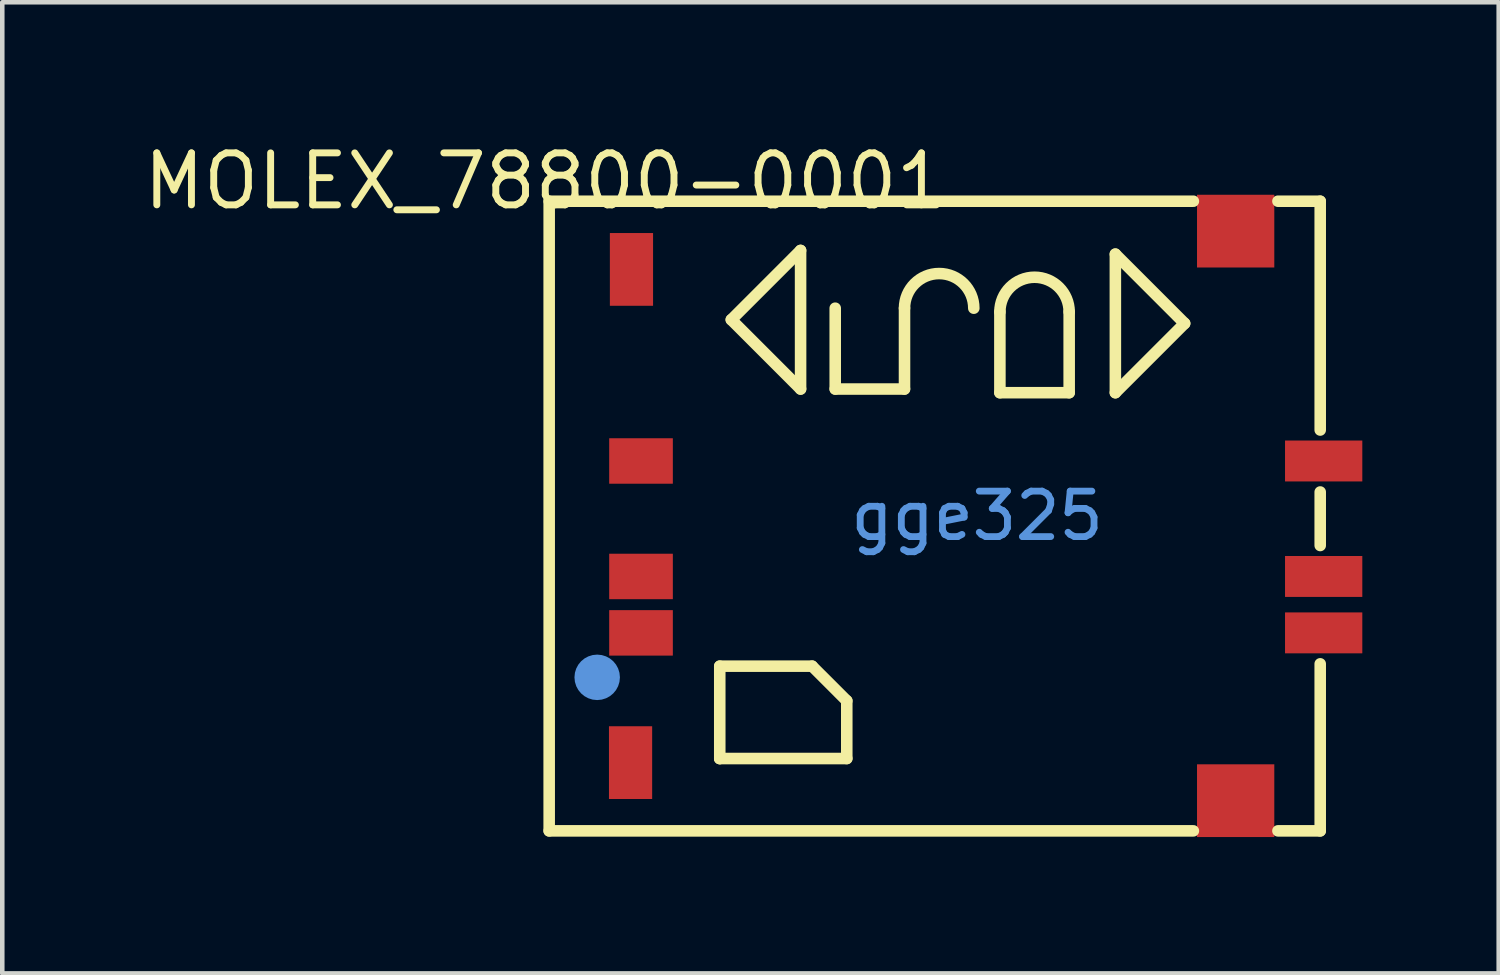
<source format=kicad_pcb>
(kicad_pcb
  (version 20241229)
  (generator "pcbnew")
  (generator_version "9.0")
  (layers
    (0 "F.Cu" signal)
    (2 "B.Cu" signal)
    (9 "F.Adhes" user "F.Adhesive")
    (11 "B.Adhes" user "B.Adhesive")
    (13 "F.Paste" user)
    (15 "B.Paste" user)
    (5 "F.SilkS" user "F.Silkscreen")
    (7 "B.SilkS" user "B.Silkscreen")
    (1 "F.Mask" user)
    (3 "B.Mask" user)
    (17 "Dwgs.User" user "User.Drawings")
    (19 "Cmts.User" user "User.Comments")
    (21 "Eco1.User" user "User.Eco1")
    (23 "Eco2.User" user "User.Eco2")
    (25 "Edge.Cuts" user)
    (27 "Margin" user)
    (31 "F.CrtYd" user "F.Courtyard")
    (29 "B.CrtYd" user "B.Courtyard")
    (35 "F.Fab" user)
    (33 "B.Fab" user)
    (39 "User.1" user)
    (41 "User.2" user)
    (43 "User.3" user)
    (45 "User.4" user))
  (footprint "MOLEX_78800-0001"
    (layer "F.Cu")
    (at 18.443 8.298)
    (property "Reference" "MOLEX_78800-0001" (at -0.581 -7.363 180) (layer "F.SilkS") (effects (font (size 1.143 1.143) (thickness 0.152)) (justify right)))
    (attr smd)
    (fp_line (start -9.413 -6.922) (end 4.757 -6.922) (stroke (width 0.254) (type solid)) (layer "F.SilkS"))
    (fp_line (start -9.413 6.928) (end -9.413 -6.922) (stroke (width 0.254) (type solid)) (layer "F.SilkS"))
    (fp_line (start -9.413 6.928) (end 4.757 6.928) (stroke (width 0.254) (type solid)) (layer "F.SilkS"))
    (fp_line (start -5.661 3.305) (end -3.629 3.305) (stroke (width 0.254) (type solid)) (layer "F.SilkS"))
    (fp_line (start -5.661 5.337) (end -5.661 3.305) (stroke (width 0.254) (type solid)) (layer "F.SilkS"))
    (fp_line (start -5.661 5.337) (end -5.661 5.337) (stroke (width 0.254) (type solid)) (layer "F.SilkS"))
    (fp_line (start -5.407 -4.315) (end -3.883 -5.839) (stroke (width 0.254) (type solid)) (layer "F.SilkS"))
    (fp_line (start -3.883 -5.839) (end -3.883 -2.791) (stroke (width 0.254) (type solid)) (layer "F.SilkS"))
    (fp_line (start -3.883 -2.791) (end -5.407 -4.315) (stroke (width 0.254) (type solid)) (layer "F.SilkS"))
    (fp_line (start -3.629 3.305) (end -2.867 4.067) (stroke (width 0.254) (type solid)) (layer "F.SilkS"))
    (fp_line (start -3.121 -4.569) (end -3.121 -2.791) (stroke (width 0.254) (type solid)) (layer "F.SilkS"))
    (fp_line (start -3.121 -2.791) (end -1.597 -2.791) (stroke (width 0.254) (type solid)) (layer "F.SilkS"))
    (fp_line (start -2.867 4.067) (end -2.867 5.337) (stroke (width 0.254) (type solid)) (layer "F.SilkS"))
    (fp_line (start -2.867 5.337) (end -5.661 5.337) (stroke (width 0.254) (type solid)) (layer "F.SilkS"))
    (fp_line (start -1.597 -2.791) (end -1.597 -4.569) (stroke (width 0.254) (type solid)) (layer "F.SilkS"))
    (fp_line (start 0.501 -4.488) (end 0.501 -2.71) (stroke (width 0.254) (type solid)) (layer "F.SilkS"))
    (fp_line (start 0.501 -2.71) (end 2.025 -2.71) (stroke (width 0.254) (type solid)) (layer "F.SilkS"))
    (fp_line (start 2.025 -2.71) (end 2.025 -4.488) (stroke (width 0.254) (type solid)) (layer "F.SilkS"))
    (fp_line (start 3.041 -5.758) (end 4.565 -4.234) (stroke (width 0.254) (type solid)) (layer "F.SilkS"))
    (fp_line (start 3.041 -2.71) (end 3.041 -5.758) (stroke (width 0.254) (type solid)) (layer "F.SilkS"))
    (fp_line (start 4.565 -4.234) (end 3.041 -2.71) (stroke (width 0.254) (type solid)) (layer "F.SilkS"))
    (fp_line (start 6.617 -6.922) (end 7.547 -6.922) (stroke (width 0.254) (type solid)) (layer "F.SilkS"))
    (fp_line (start 6.617 6.928) (end 7.547 6.928) (stroke (width 0.254) (type solid)) (layer "F.SilkS"))
    (fp_line (start 7.547 -6.922) (end 7.547 -1.889) (stroke (width 0.254) (type solid)) (layer "F.SilkS"))
    (fp_line (start 7.547 -0.526) (end 7.547 0.651) (stroke (width 0.254) (type solid)) (layer "F.SilkS"))
    (fp_line (start 7.547 3.254) (end 7.547 6.928) (stroke (width 0.254) (type solid)) (layer "F.SilkS"))
    (fp_arc (start -1.597 -4.569) (mid -0.835 -5.331) (end -0.073 -4.569) (stroke (width 0.254) (type solid)) (layer "F.SilkS"))
    (fp_arc (start 0.501 -4.488) (mid 1.263 -5.25) (end 2.025 -4.488) (stroke (width 0.254) (type solid)) (layer "F.SilkS"))
    (fp_circle (center -8.357 3.551) (end -8.107 3.551) (stroke (width 0.5) (type solid)) (fill no) (layer "Cmts.User"))
    (fp_text user "gge325" (at 0 0 180) (layer "Cmts.User") (effects (font (size 1 1) (thickness 0.15))))
    (pad "7" smd rect (at -7.623 5.427 180) (size 0.95 1.6) (layers "F.Cu" "F.Mask" "F.Paste"))
    (pad "8" smd rect (at 5.687 6.264) (size 1.7 1.6) (layers "F.Cu" "F.Mask" "F.Paste"))
    (pad "9" smd rect (at 5.687 -6.264) (size 1.7 1.6) (layers "F.Cu" "F.Mask" "F.Paste"))
    (pad "10" smd rect (at -7.603 -5.422 180) (size 0.95 1.6) (layers "F.Cu" "F.Mask" "F.Paste"))
    (pad "C1" smd rect (at -7.393 2.573) (size 1.4 1) (layers "F.Cu" "F.Mask" "F.Paste"))
    (pad "C2" smd rect (at -7.393 1.332) (size 1.4 1) (layers "F.Cu" "F.Mask" "F.Paste"))
    (pad "C3" smd rect (at -7.393 -1.208) (size 1.4 1) (layers "F.Cu" "F.Mask" "F.Paste"))
    (pad "C5" smd rect (at 7.623 2.573) (size 1.7 0.9) (layers "F.Cu" "F.Mask" "F.Paste"))
    (pad "C6" smd rect (at 7.623 1.332) (size 1.7 0.9) (layers "F.Cu" "F.Mask" "F.Paste"))
    (pad "C7" smd rect (at 7.623 -1.208) (size 1.7 0.9) (layers "F.Cu" "F.Mask" "F.Paste")))
  (gr_rect
    (start -3 -3)
    (end 29.916 18.362)
    (stroke (width 0.1) (type default))
    (fill no)
    (layer "Edge.Cuts")))
</source>
